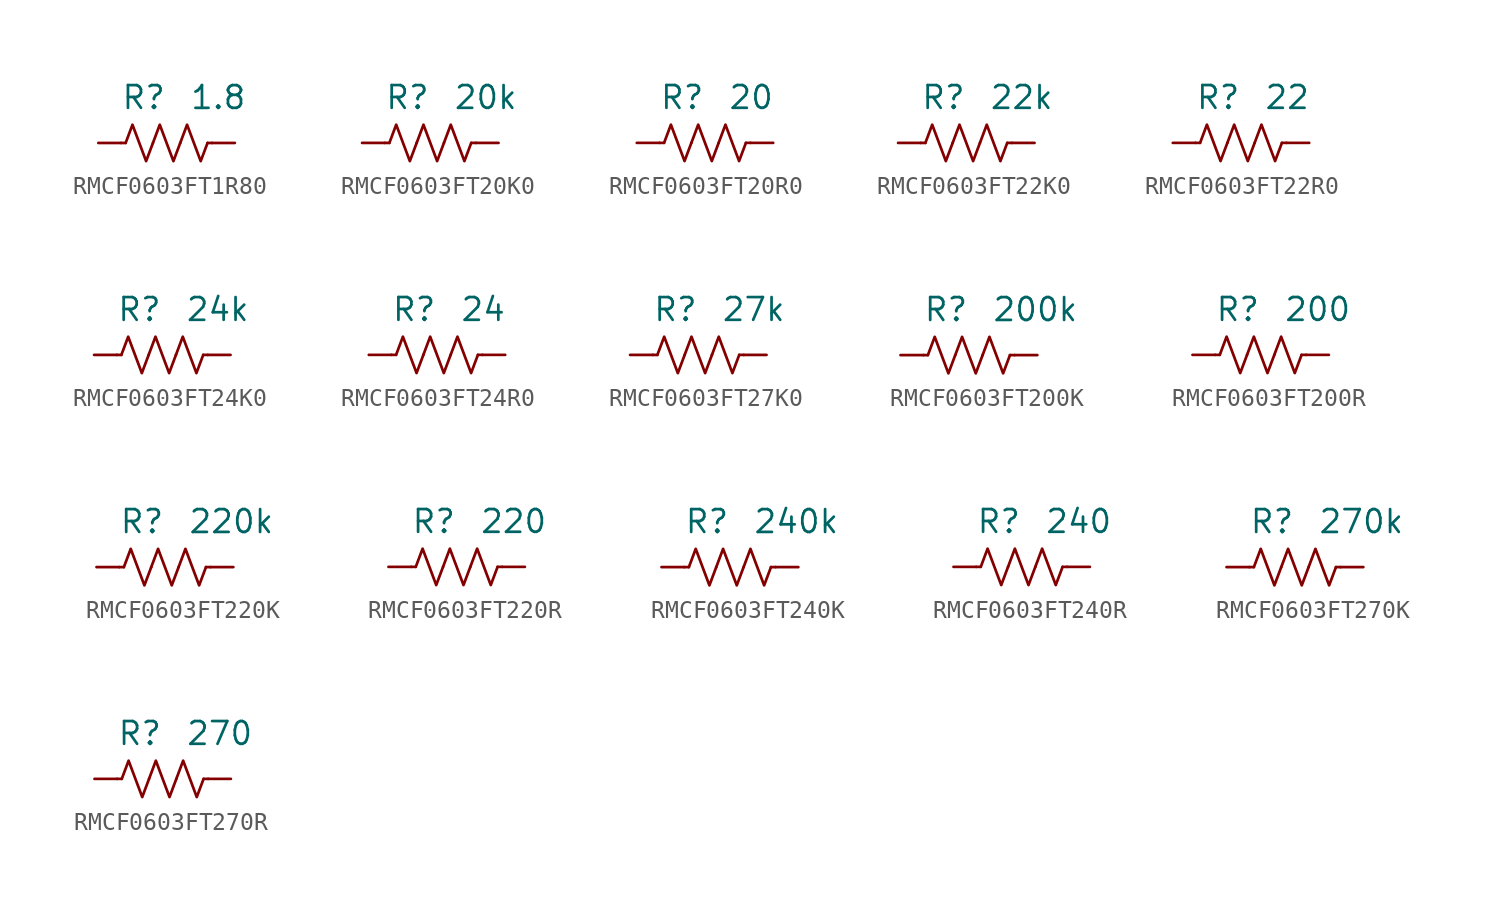
<source format=kicad_sym>
(kicad_symbol_lib
  (version 20241209)
  (generator "kicad_symbol_editor")
  (generator_version "9.0")
  (symbol "RMCF0603FT1R80"
    (pin_numbers
      (hide yes))
    (property "Reference" "R"
      (at 0 2.54 0)
      (effects (font (size 1.27 1.27)) (justify right)))
    (property "Value" "1.8"
      (at 1.27 2.54 0)
      (effects (font (size 1.27 1.27)) (justify left)))
    (symbol "RMCF0603FT1R80_0_1"
      (polyline (pts (xy -2.286 0) (xy -2.54 0)) (stroke (width 0) (type default)) (fill (type none)))
      (polyline (pts (xy -2.286 0) (xy -1.905 1.016) (xy -1.524 0) (xy -1.143 -1.016) (xy -0.762 0)) (stroke (width 0) (type default)) (fill (type none)))
      (polyline (pts (xy -0.762 0) (xy -0.381 1.016) (xy 0 0) (xy 0.381 -1.016) (xy 0.762 0)) (stroke (width 0) (type default)) (fill (type none)))
      (polyline (pts (xy 0.762 0) (xy 1.143 1.016) (xy 1.524 0) (xy 1.905 -1.016) (xy 2.286 0)) (stroke (width 0) (type default)) (fill (type none)))
      (polyline (pts (xy 2.286 0) (xy 2.54 0)) (stroke (width 0) (type default)) (fill (type none))))
    (symbol "RMCF0603FT1R80_1_1"
      (pin passive line (at -3.81 0 0) (length 1.27) (name "~" (effects (font (size 1.27 1.27)))) (number "1" (effects (font (size 1.27 1.27)))))
      (pin passive line (at 3.81 0 180) (length 1.27) (name "~" (effects (font (size 1.27 1.27)))) (number "2" (effects (font (size 1.27 1.27)))))))
  (symbol "RMCF0603FT20K0"
    (pin_numbers
      (hide yes))
    (property "Reference" "R"
      (at 0 2.54 0)
      (effects (font (size 1.27 1.27)) (justify right)))
    (property "Value" "20k"
      (at 1.27 2.54 0)
      (effects (font (size 1.27 1.27)) (justify left)))
    (symbol "RMCF0603FT20K0_0_1"
      (polyline (pts (xy -2.286 0) (xy -2.54 0)) (stroke (width 0) (type default)) (fill (type none)))
      (polyline (pts (xy -2.286 0) (xy -1.905 1.016) (xy -1.524 0) (xy -1.143 -1.016) (xy -0.762 0)) (stroke (width 0) (type default)) (fill (type none)))
      (polyline (pts (xy -0.762 0) (xy -0.381 1.016) (xy 0 0) (xy 0.381 -1.016) (xy 0.762 0)) (stroke (width 0) (type default)) (fill (type none)))
      (polyline (pts (xy 0.762 0) (xy 1.143 1.016) (xy 1.524 0) (xy 1.905 -1.016) (xy 2.286 0)) (stroke (width 0) (type default)) (fill (type none)))
      (polyline (pts (xy 2.286 0) (xy 2.54 0)) (stroke (width 0) (type default)) (fill (type none))))
    (symbol "RMCF0603FT20K0_1_1"
      (pin passive line (at -3.81 0 0) (length 1.27) (name "~" (effects (font (size 1.27 1.27)))) (number "1" (effects (font (size 1.27 1.27)))))
      (pin passive line (at 3.81 0 180) (length 1.27) (name "~" (effects (font (size 1.27 1.27)))) (number "2" (effects (font (size 1.27 1.27)))))))
  (symbol "RMCF0603FT20R0"
    (pin_numbers
      (hide yes))
    (property "Reference" "R"
      (at 0 2.54 0)
      (effects (font (size 1.27 1.27)) (justify right)))
    (property "Value" "20"
      (at 1.27 2.54 0)
      (effects (font (size 1.27 1.27)) (justify left)))
    (symbol "RMCF0603FT20R0_0_1"
      (polyline (pts (xy -2.286 0) (xy -2.54 0)) (stroke (width 0) (type default)) (fill (type none)))
      (polyline (pts (xy -2.286 0) (xy -1.905 1.016) (xy -1.524 0) (xy -1.143 -1.016) (xy -0.762 0)) (stroke (width 0) (type default)) (fill (type none)))
      (polyline (pts (xy -0.762 0) (xy -0.381 1.016) (xy 0 0) (xy 0.381 -1.016) (xy 0.762 0)) (stroke (width 0) (type default)) (fill (type none)))
      (polyline (pts (xy 0.762 0) (xy 1.143 1.016) (xy 1.524 0) (xy 1.905 -1.016) (xy 2.286 0)) (stroke (width 0) (type default)) (fill (type none)))
      (polyline (pts (xy 2.286 0) (xy 2.54 0)) (stroke (width 0) (type default)) (fill (type none))))
    (symbol "RMCF0603FT20R0_1_1"
      (pin passive line (at -3.81 0 0) (length 1.27) (name "~" (effects (font (size 1.27 1.27)))) (number "1" (effects (font (size 1.27 1.27)))))
      (pin passive line (at 3.81 0 180) (length 1.27) (name "~" (effects (font (size 1.27 1.27)))) (number "2" (effects (font (size 1.27 1.27)))))))
  (symbol "RMCF0603FT22K0"
    (pin_numbers
      (hide yes))
    (property "Reference" "R"
      (at 0 2.54 0)
      (effects (font (size 1.27 1.27)) (justify right)))
    (property "Value" "22k"
      (at 1.27 2.54 0)
      (effects (font (size 1.27 1.27)) (justify left)))
    (symbol "RMCF0603FT22K0_0_1"
      (polyline (pts (xy -2.286 0) (xy -2.54 0)) (stroke (width 0) (type default)) (fill (type none)))
      (polyline (pts (xy -2.286 0) (xy -1.905 1.016) (xy -1.524 0) (xy -1.143 -1.016) (xy -0.762 0)) (stroke (width 0) (type default)) (fill (type none)))
      (polyline (pts (xy -0.762 0) (xy -0.381 1.016) (xy 0 0) (xy 0.381 -1.016) (xy 0.762 0)) (stroke (width 0) (type default)) (fill (type none)))
      (polyline (pts (xy 0.762 0) (xy 1.143 1.016) (xy 1.524 0) (xy 1.905 -1.016) (xy 2.286 0)) (stroke (width 0) (type default)) (fill (type none)))
      (polyline (pts (xy 2.286 0) (xy 2.54 0)) (stroke (width 0) (type default)) (fill (type none))))
    (symbol "RMCF0603FT22K0_1_1"
      (pin passive line (at -3.81 0 0) (length 1.27) (name "~" (effects (font (size 1.27 1.27)))) (number "1" (effects (font (size 1.27 1.27)))))
      (pin passive line (at 3.81 0 180) (length 1.27) (name "~" (effects (font (size 1.27 1.27)))) (number "2" (effects (font (size 1.27 1.27)))))))
  (symbol "RMCF0603FT22R0"
    (pin_numbers
      (hide yes))
    (property "Reference" "R"
      (at 0 2.54 0)
      (effects (font (size 1.27 1.27)) (justify right)))
    (property "Value" "22"
      (at 1.27 2.54 0)
      (effects (font (size 1.27 1.27)) (justify left)))
    (symbol "RMCF0603FT22R0_0_1"
      (polyline (pts (xy -2.286 0) (xy -2.54 0)) (stroke (width 0) (type default)) (fill (type none)))
      (polyline (pts (xy -2.286 0) (xy -1.905 1.016) (xy -1.524 0) (xy -1.143 -1.016) (xy -0.762 0)) (stroke (width 0) (type default)) (fill (type none)))
      (polyline (pts (xy -0.762 0) (xy -0.381 1.016) (xy 0 0) (xy 0.381 -1.016) (xy 0.762 0)) (stroke (width 0) (type default)) (fill (type none)))
      (polyline (pts (xy 0.762 0) (xy 1.143 1.016) (xy 1.524 0) (xy 1.905 -1.016) (xy 2.286 0)) (stroke (width 0) (type default)) (fill (type none)))
      (polyline (pts (xy 2.286 0) (xy 2.54 0)) (stroke (width 0) (type default)) (fill (type none))))
    (symbol "RMCF0603FT22R0_1_1"
      (pin passive line (at -3.81 0 0) (length 1.27) (name "~" (effects (font (size 1.27 1.27)))) (number "1" (effects (font (size 1.27 1.27)))))
      (pin passive line (at 3.81 0 180) (length 1.27) (name "~" (effects (font (size 1.27 1.27)))) (number "2" (effects (font (size 1.27 1.27)))))))
  (symbol "RMCF0603FT24K0"
    (pin_numbers
      (hide yes))
    (property "Reference" "R"
      (at 0 2.54 0)
      (effects (font (size 1.27 1.27)) (justify right)))
    (property "Value" "24k"
      (at 1.27 2.54 0)
      (effects (font (size 1.27 1.27)) (justify left)))
    (symbol "RMCF0603FT24K0_0_1"
      (polyline (pts (xy -2.286 0) (xy -2.54 0)) (stroke (width 0) (type default)) (fill (type none)))
      (polyline (pts (xy -2.286 0) (xy -1.905 1.016) (xy -1.524 0) (xy -1.143 -1.016) (xy -0.762 0)) (stroke (width 0) (type default)) (fill (type none)))
      (polyline (pts (xy -0.762 0) (xy -0.381 1.016) (xy 0 0) (xy 0.381 -1.016) (xy 0.762 0)) (stroke (width 0) (type default)) (fill (type none)))
      (polyline (pts (xy 0.762 0) (xy 1.143 1.016) (xy 1.524 0) (xy 1.905 -1.016) (xy 2.286 0)) (stroke (width 0) (type default)) (fill (type none)))
      (polyline (pts (xy 2.286 0) (xy 2.54 0)) (stroke (width 0) (type default)) (fill (type none))))
    (symbol "RMCF0603FT24K0_1_1"
      (pin passive line (at -3.81 0 0) (length 1.27) (name "~" (effects (font (size 1.27 1.27)))) (number "1" (effects (font (size 1.27 1.27)))))
      (pin passive line (at 3.81 0 180) (length 1.27) (name "~" (effects (font (size 1.27 1.27)))) (number "2" (effects (font (size 1.27 1.27)))))))
  (symbol "RMCF0603FT24R0"
    (pin_numbers
      (hide yes))
    (property "Reference" "R"
      (at 0 2.54 0)
      (effects (font (size 1.27 1.27)) (justify right)))
    (property "Value" "24"
      (at 1.27 2.54 0)
      (effects (font (size 1.27 1.27)) (justify left)))
    (symbol "RMCF0603FT24R0_0_1"
      (polyline (pts (xy -2.286 0) (xy -2.54 0)) (stroke (width 0) (type default)) (fill (type none)))
      (polyline (pts (xy -2.286 0) (xy -1.905 1.016) (xy -1.524 0) (xy -1.143 -1.016) (xy -0.762 0)) (stroke (width 0) (type default)) (fill (type none)))
      (polyline (pts (xy -0.762 0) (xy -0.381 1.016) (xy 0 0) (xy 0.381 -1.016) (xy 0.762 0)) (stroke (width 0) (type default)) (fill (type none)))
      (polyline (pts (xy 0.762 0) (xy 1.143 1.016) (xy 1.524 0) (xy 1.905 -1.016) (xy 2.286 0)) (stroke (width 0) (type default)) (fill (type none)))
      (polyline (pts (xy 2.286 0) (xy 2.54 0)) (stroke (width 0) (type default)) (fill (type none))))
    (symbol "RMCF0603FT24R0_1_1"
      (pin passive line (at -3.81 0 0) (length 1.27) (name "~" (effects (font (size 1.27 1.27)))) (number "1" (effects (font (size 1.27 1.27)))))
      (pin passive line (at 3.81 0 180) (length 1.27) (name "~" (effects (font (size 1.27 1.27)))) (number "2" (effects (font (size 1.27 1.27)))))))
  (symbol "RMCF0603FT27K0"
    (pin_numbers
      (hide yes))
    (property "Reference" "R"
      (at 0 2.54 0)
      (effects (font (size 1.27 1.27)) (justify right)))
    (property "Value" "27k"
      (at 1.27 2.54 0)
      (effects (font (size 1.27 1.27)) (justify left)))
    (symbol "RMCF0603FT27K0_0_1"
      (polyline (pts (xy -2.286 0) (xy -2.54 0)) (stroke (width 0) (type default)) (fill (type none)))
      (polyline (pts (xy -2.286 0) (xy -1.905 1.016) (xy -1.524 0) (xy -1.143 -1.016) (xy -0.762 0)) (stroke (width 0) (type default)) (fill (type none)))
      (polyline (pts (xy -0.762 0) (xy -0.381 1.016) (xy 0 0) (xy 0.381 -1.016) (xy 0.762 0)) (stroke (width 0) (type default)) (fill (type none)))
      (polyline (pts (xy 0.762 0) (xy 1.143 1.016) (xy 1.524 0) (xy 1.905 -1.016) (xy 2.286 0)) (stroke (width 0) (type default)) (fill (type none)))
      (polyline (pts (xy 2.286 0) (xy 2.54 0)) (stroke (width 0) (type default)) (fill (type none))))
    (symbol "RMCF0603FT27K0_1_1"
      (pin passive line (at -3.81 0 0) (length 1.27) (name "~" (effects (font (size 1.27 1.27)))) (number "1" (effects (font (size 1.27 1.27)))))
      (pin passive line (at 3.81 0 180) (length 1.27) (name "~" (effects (font (size 1.27 1.27)))) (number "2" (effects (font (size 1.27 1.27)))))))
  (symbol "RMCF0603FT200K"
    (pin_numbers
      (hide yes))
    (property "Reference" "R"
      (at 0 2.54 0)
      (effects (font (size 1.27 1.27)) (justify right)))
    (property "Value" "200k"
      (at 1.27 2.54 0)
      (effects (font (size 1.27 1.27)) (justify left)))
    (symbol "RMCF0603FT200K_0_1"
      (polyline (pts (xy -2.286 0) (xy -2.54 0)) (stroke (width 0) (type default)) (fill (type none)))
      (polyline (pts (xy -2.286 0) (xy -1.905 1.016) (xy -1.524 0) (xy -1.143 -1.016) (xy -0.762 0)) (stroke (width 0) (type default)) (fill (type none)))
      (polyline (pts (xy -0.762 0) (xy -0.381 1.016) (xy 0 0) (xy 0.381 -1.016) (xy 0.762 0)) (stroke (width 0) (type default)) (fill (type none)))
      (polyline (pts (xy 0.762 0) (xy 1.143 1.016) (xy 1.524 0) (xy 1.905 -1.016) (xy 2.286 0)) (stroke (width 0) (type default)) (fill (type none)))
      (polyline (pts (xy 2.286 0) (xy 2.54 0)) (stroke (width 0) (type default)) (fill (type none))))
    (symbol "RMCF0603FT200K_1_1"
      (pin passive line (at -3.81 0 0) (length 1.27) (name "~" (effects (font (size 1.27 1.27)))) (number "1" (effects (font (size 1.27 1.27)))))
      (pin passive line (at 3.81 0 180) (length 1.27) (name "~" (effects (font (size 1.27 1.27)))) (number "2" (effects (font (size 1.27 1.27)))))))
  (symbol "RMCF0603FT200R"
    (pin_numbers
      (hide yes))
    (property "Reference" "R"
      (at 0 2.54 0)
      (effects (font (size 1.27 1.27)) (justify right)))
    (property "Value" "200"
      (at 1.27 2.54 0)
      (effects (font (size 1.27 1.27)) (justify left)))
    (symbol "RMCF0603FT200R_0_1"
      (polyline (pts (xy -2.286 0) (xy -2.54 0)) (stroke (width 0) (type default)) (fill (type none)))
      (polyline (pts (xy -2.286 0) (xy -1.905 1.016) (xy -1.524 0) (xy -1.143 -1.016) (xy -0.762 0)) (stroke (width 0) (type default)) (fill (type none)))
      (polyline (pts (xy -0.762 0) (xy -0.381 1.016) (xy 0 0) (xy 0.381 -1.016) (xy 0.762 0)) (stroke (width 0) (type default)) (fill (type none)))
      (polyline (pts (xy 0.762 0) (xy 1.143 1.016) (xy 1.524 0) (xy 1.905 -1.016) (xy 2.286 0)) (stroke (width 0) (type default)) (fill (type none)))
      (polyline (pts (xy 2.286 0) (xy 2.54 0)) (stroke (width 0) (type default)) (fill (type none))))
    (symbol "RMCF0603FT200R_1_1"
      (pin passive line (at -3.81 0 0) (length 1.27) (name "~" (effects (font (size 1.27 1.27)))) (number "1" (effects (font (size 1.27 1.27)))))
      (pin passive line (at 3.81 0 180) (length 1.27) (name "~" (effects (font (size 1.27 1.27)))) (number "2" (effects (font (size 1.27 1.27)))))))
  (symbol "RMCF0603FT220K"
    (pin_numbers
      (hide yes))
    (property "Reference" "R"
      (at 0 2.54 0)
      (effects (font (size 1.27 1.27)) (justify right)))
    (property "Value" "220k"
      (at 1.27 2.54 0)
      (effects (font (size 1.27 1.27)) (justify left)))
    (symbol "RMCF0603FT220K_0_1"
      (polyline (pts (xy -2.286 0) (xy -2.54 0)) (stroke (width 0) (type default)) (fill (type none)))
      (polyline (pts (xy -2.286 0) (xy -1.905 1.016) (xy -1.524 0) (xy -1.143 -1.016) (xy -0.762 0)) (stroke (width 0) (type default)) (fill (type none)))
      (polyline (pts (xy -0.762 0) (xy -0.381 1.016) (xy 0 0) (xy 0.381 -1.016) (xy 0.762 0)) (stroke (width 0) (type default)) (fill (type none)))
      (polyline (pts (xy 0.762 0) (xy 1.143 1.016) (xy 1.524 0) (xy 1.905 -1.016) (xy 2.286 0)) (stroke (width 0) (type default)) (fill (type none)))
      (polyline (pts (xy 2.286 0) (xy 2.54 0)) (stroke (width 0) (type default)) (fill (type none))))
    (symbol "RMCF0603FT220K_1_1"
      (pin passive line (at -3.81 0 0) (length 1.27) (name "~" (effects (font (size 1.27 1.27)))) (number "1" (effects (font (size 1.27 1.27)))))
      (pin passive line (at 3.81 0 180) (length 1.27) (name "~" (effects (font (size 1.27 1.27)))) (number "2" (effects (font (size 1.27 1.27)))))))
  (symbol "RMCF0603FT220R"
    (pin_numbers
      (hide yes))
    (property "Reference" "R"
      (at 0 2.54 0)
      (effects (font (size 1.27 1.27)) (justify right)))
    (property "Value" "220"
      (at 1.27 2.54 0)
      (effects (font (size 1.27 1.27)) (justify left)))
    (symbol "RMCF0603FT220R_0_1"
      (polyline (pts (xy -2.286 0) (xy -2.54 0)) (stroke (width 0) (type default)) (fill (type none)))
      (polyline (pts (xy -2.286 0) (xy -1.905 1.016) (xy -1.524 0) (xy -1.143 -1.016) (xy -0.762 0)) (stroke (width 0) (type default)) (fill (type none)))
      (polyline (pts (xy -0.762 0) (xy -0.381 1.016) (xy 0 0) (xy 0.381 -1.016) (xy 0.762 0)) (stroke (width 0) (type default)) (fill (type none)))
      (polyline (pts (xy 0.762 0) (xy 1.143 1.016) (xy 1.524 0) (xy 1.905 -1.016) (xy 2.286 0)) (stroke (width 0) (type default)) (fill (type none)))
      (polyline (pts (xy 2.286 0) (xy 2.54 0)) (stroke (width 0) (type default)) (fill (type none))))
    (symbol "RMCF0603FT220R_1_1"
      (pin passive line (at -3.81 0 0) (length 1.27) (name "~" (effects (font (size 1.27 1.27)))) (number "1" (effects (font (size 1.27 1.27)))))
      (pin passive line (at 3.81 0 180) (length 1.27) (name "~" (effects (font (size 1.27 1.27)))) (number "2" (effects (font (size 1.27 1.27)))))))
  (symbol "RMCF0603FT240K"
    (pin_numbers
      (hide yes))
    (property "Reference" "R"
      (at 0 2.54 0)
      (effects (font (size 1.27 1.27)) (justify right)))
    (property "Value" "240k"
      (at 1.27 2.54 0)
      (effects (font (size 1.27 1.27)) (justify left)))
    (symbol "RMCF0603FT240K_0_1"
      (polyline (pts (xy -2.286 0) (xy -2.54 0)) (stroke (width 0) (type default)) (fill (type none)))
      (polyline (pts (xy -2.286 0) (xy -1.905 1.016) (xy -1.524 0) (xy -1.143 -1.016) (xy -0.762 0)) (stroke (width 0) (type default)) (fill (type none)))
      (polyline (pts (xy -0.762 0) (xy -0.381 1.016) (xy 0 0) (xy 0.381 -1.016) (xy 0.762 0)) (stroke (width 0) (type default)) (fill (type none)))
      (polyline (pts (xy 0.762 0) (xy 1.143 1.016) (xy 1.524 0) (xy 1.905 -1.016) (xy 2.286 0)) (stroke (width 0) (type default)) (fill (type none)))
      (polyline (pts (xy 2.286 0) (xy 2.54 0)) (stroke (width 0) (type default)) (fill (type none))))
    (symbol "RMCF0603FT240K_1_1"
      (pin passive line (at -3.81 0 0) (length 1.27) (name "~" (effects (font (size 1.27 1.27)))) (number "1" (effects (font (size 1.27 1.27)))))
      (pin passive line (at 3.81 0 180) (length 1.27) (name "~" (effects (font (size 1.27 1.27)))) (number "2" (effects (font (size 1.27 1.27)))))))
  (symbol "RMCF0603FT240R"
    (pin_numbers
      (hide yes))
    (property "Reference" "R"
      (at 0 2.54 0)
      (effects (font (size 1.27 1.27)) (justify right)))
    (property "Value" "240"
      (at 1.27 2.54 0)
      (effects (font (size 1.27 1.27)) (justify left)))
    (symbol "RMCF0603FT240R_0_1"
      (polyline (pts (xy -2.286 0) (xy -2.54 0)) (stroke (width 0) (type default)) (fill (type none)))
      (polyline (pts (xy -2.286 0) (xy -1.905 1.016) (xy -1.524 0) (xy -1.143 -1.016) (xy -0.762 0)) (stroke (width 0) (type default)) (fill (type none)))
      (polyline (pts (xy -0.762 0) (xy -0.381 1.016) (xy 0 0) (xy 0.381 -1.016) (xy 0.762 0)) (stroke (width 0) (type default)) (fill (type none)))
      (polyline (pts (xy 0.762 0) (xy 1.143 1.016) (xy 1.524 0) (xy 1.905 -1.016) (xy 2.286 0)) (stroke (width 0) (type default)) (fill (type none)))
      (polyline (pts (xy 2.286 0) (xy 2.54 0)) (stroke (width 0) (type default)) (fill (type none))))
    (symbol "RMCF0603FT240R_1_1"
      (pin passive line (at -3.81 0 0) (length 1.27) (name "~" (effects (font (size 1.27 1.27)))) (number "1" (effects (font (size 1.27 1.27)))))
      (pin passive line (at 3.81 0 180) (length 1.27) (name "~" (effects (font (size 1.27 1.27)))) (number "2" (effects (font (size 1.27 1.27)))))))
  (symbol "RMCF0603FT270K"
    (pin_numbers
      (hide yes))
    (property "Reference" "R"
      (at 0 2.54 0)
      (effects (font (size 1.27 1.27)) (justify right)))
    (property "Value" "270k"
      (at 1.27 2.54 0)
      (effects (font (size 1.27 1.27)) (justify left)))
    (symbol "RMCF0603FT270K_0_1"
      (polyline (pts (xy -2.286 0) (xy -2.54 0)) (stroke (width 0) (type default)) (fill (type none)))
      (polyline (pts (xy -2.286 0) (xy -1.905 1.016) (xy -1.524 0) (xy -1.143 -1.016) (xy -0.762 0)) (stroke (width 0) (type default)) (fill (type none)))
      (polyline (pts (xy -0.762 0) (xy -0.381 1.016) (xy 0 0) (xy 0.381 -1.016) (xy 0.762 0)) (stroke (width 0) (type default)) (fill (type none)))
      (polyline (pts (xy 0.762 0) (xy 1.143 1.016) (xy 1.524 0) (xy 1.905 -1.016) (xy 2.286 0)) (stroke (width 0) (type default)) (fill (type none)))
      (polyline (pts (xy 2.286 0) (xy 2.54 0)) (stroke (width 0) (type default)) (fill (type none))))
    (symbol "RMCF0603FT270K_1_1"
      (pin passive line (at -3.81 0 0) (length 1.27) (name "~" (effects (font (size 1.27 1.27)))) (number "1" (effects (font (size 1.27 1.27)))))
      (pin passive line (at 3.81 0 180) (length 1.27) (name "~" (effects (font (size 1.27 1.27)))) (number "2" (effects (font (size 1.27 1.27)))))))
  (symbol "RMCF0603FT270R"
    (pin_numbers
      (hide yes))
    (property "Reference" "R"
      (at 0 2.54 0)
      (effects (font (size 1.27 1.27)) (justify right)))
    (property "Value" "270"
      (at 1.27 2.54 0)
      (effects (font (size 1.27 1.27)) (justify left)))
    (symbol "RMCF0603FT270R_0_1"
      (polyline (pts (xy -2.286 0) (xy -2.54 0)) (stroke (width 0) (type default)) (fill (type none)))
      (polyline (pts (xy -2.286 0) (xy -1.905 1.016) (xy -1.524 0) (xy -1.143 -1.016) (xy -0.762 0)) (stroke (width 0) (type default)) (fill (type none)))
      (polyline (pts (xy -0.762 0) (xy -0.381 1.016) (xy 0 0) (xy 0.381 -1.016) (xy 0.762 0)) (stroke (width 0) (type default)) (fill (type none)))
      (polyline (pts (xy 0.762 0) (xy 1.143 1.016) (xy 1.524 0) (xy 1.905 -1.016) (xy 2.286 0)) (stroke (width 0) (type default)) (fill (type none)))
      (polyline (pts (xy 2.286 0) (xy 2.54 0)) (stroke (width 0) (type default)) (fill (type none))))
    (symbol "RMCF0603FT270R_1_1"
      (pin passive line (at -3.81 0 0) (length 1.27) (name "~" (effects (font (size 1.27 1.27)))) (number "1" (effects (font (size 1.27 1.27)))))
      (pin passive line (at 3.81 0 180) (length 1.27) (name "~" (effects (font (size 1.27 1.27)))) (number "2" (effects (font (size 1.27 1.27))))))))
</source>
